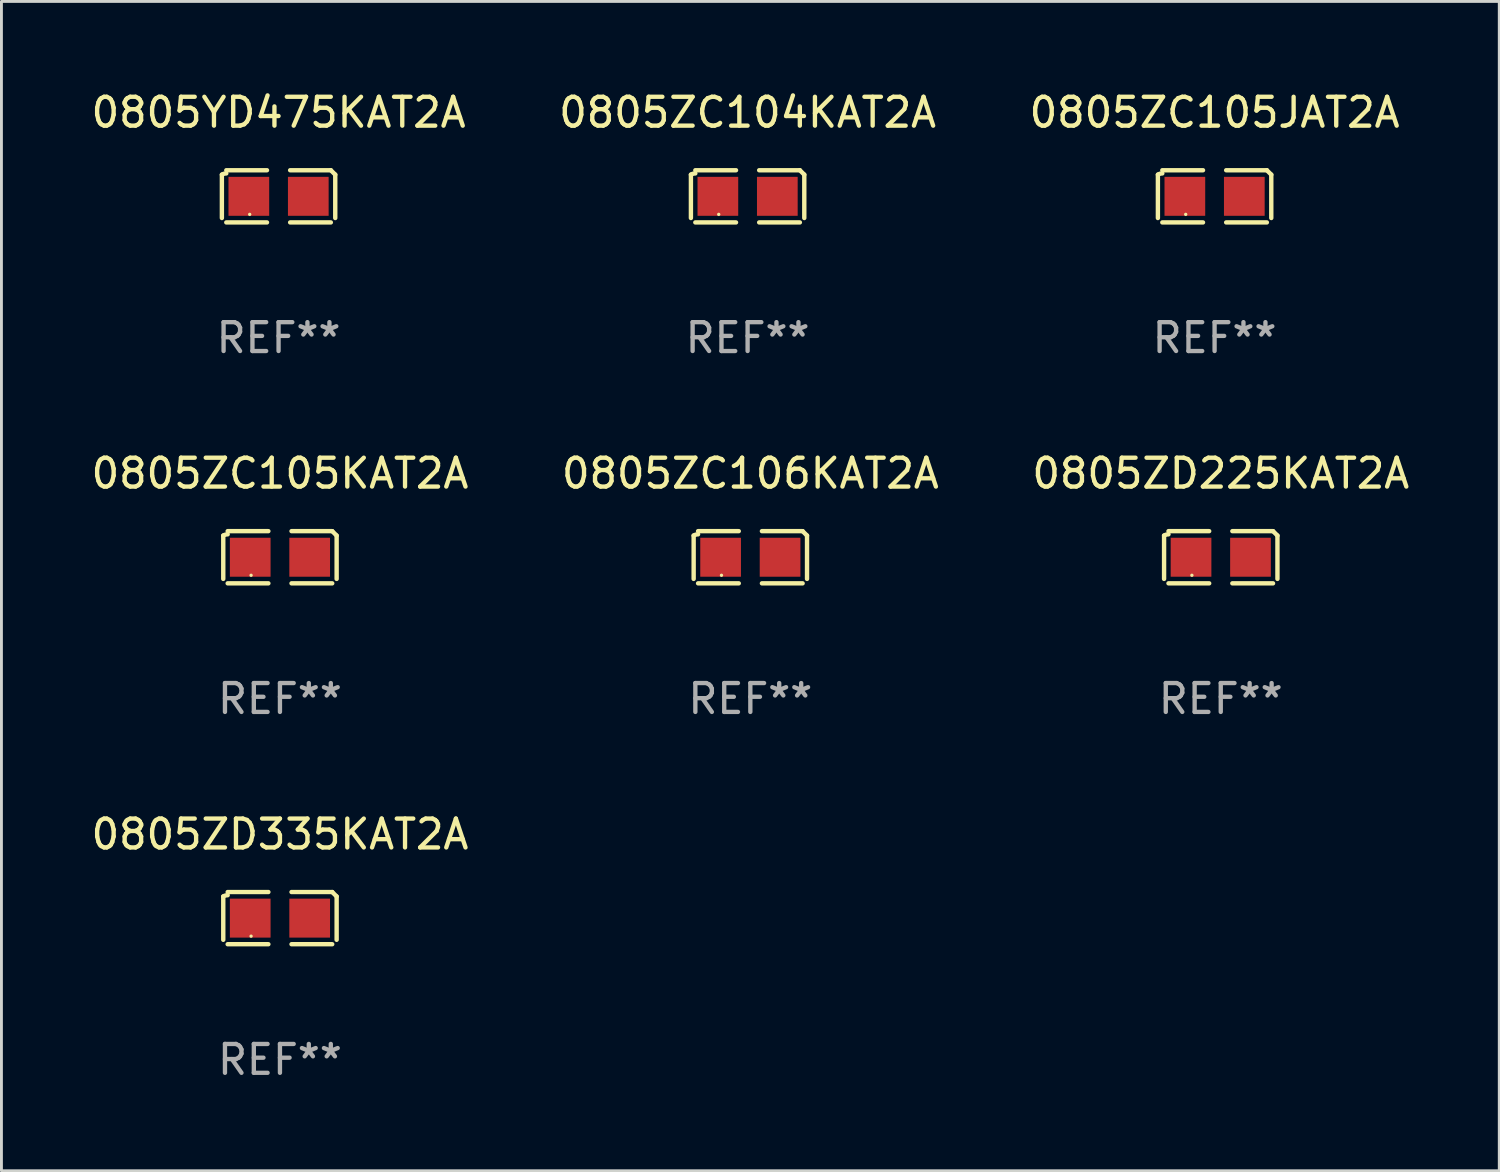
<source format=kicad_pcb>
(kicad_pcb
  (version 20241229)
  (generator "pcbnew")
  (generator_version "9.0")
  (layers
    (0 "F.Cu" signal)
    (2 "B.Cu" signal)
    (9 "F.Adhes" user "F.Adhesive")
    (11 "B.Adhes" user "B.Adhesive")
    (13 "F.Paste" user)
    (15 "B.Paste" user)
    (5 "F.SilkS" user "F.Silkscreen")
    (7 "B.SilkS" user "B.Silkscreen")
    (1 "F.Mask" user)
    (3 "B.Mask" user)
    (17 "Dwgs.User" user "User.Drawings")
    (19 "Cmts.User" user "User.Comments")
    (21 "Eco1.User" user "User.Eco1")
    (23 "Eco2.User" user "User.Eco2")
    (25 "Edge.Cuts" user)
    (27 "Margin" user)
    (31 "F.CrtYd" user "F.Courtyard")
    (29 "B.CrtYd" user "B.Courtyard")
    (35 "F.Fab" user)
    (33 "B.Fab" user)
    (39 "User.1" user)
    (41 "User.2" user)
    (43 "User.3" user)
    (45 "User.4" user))
  (footprint "0805ZC105KAT2A"
    (layer "F.Cu")
    (at 6.649 16.256)
    (property "Reference" "0805ZC105KAT2A" (at 0 -2.904 0) (layer "F.SilkS") (effects (font (size 1 1) (thickness 0.15))))
    (attr through_hole)
    (fp_line (start -1.964 0.751) (end -1.964 -0.751) (stroke (width 0.152) (type solid)) (layer "F.SilkS"))
    (fp_line (start -1.811 -0.904) (end -0.401 -0.904) (stroke (width 0.152) (type solid)) (layer "F.SilkS"))
    (fp_line (start -0.401 0.904) (end -1.811 0.904) (stroke (width 0.152) (type solid)) (layer "F.SilkS"))
    (fp_line (start 0.401 0.904) (end 1.811 0.904) (stroke (width 0.152) (type solid)) (layer "F.SilkS"))
    (fp_line (start 1.811 -0.904) (end 0.401 -0.904) (stroke (width 0.152) (type solid)) (layer "F.SilkS"))
    (fp_line (start 1.964 0.751) (end 1.964 -0.751) (stroke (width 0.152) (type solid)) (layer "F.SilkS"))
    (fp_arc (start -1.963602 -0.751207) (mid -1.890354 -0.783131) (end -1.811201 -0.794044) (stroke (width 0.1524) (type solid)) (layer "F.SilkS"))
    (fp_arc (start 1.811202 -0.903607) (mid 1.887413 -0.827418) (end 1.963602 -0.751207) (stroke (width 0.1524) (type solid)) (layer "F.SilkS"))
    (fp_circle (center -1 0.625) (end -0.97 0.625) (stroke (width 0.06) (type solid)) (fill no) (layer "F.SilkS"))
    (fp_text user "REF**" (at 0 4.904 0) (layer "F.Fab") (effects (font (size 1 1) (thickness 0.15))))
    (pad "1" smd rect (at -1.03 0) (size 1.41 1.35) (layers "F.Cu" "F.Mask" "F.Paste"))
    (pad "2" smd rect (at 1.03 0) (size 1.41 1.35) (layers "F.Cu" "F.Mask" "F.Paste")))
  (footprint "0805ZD225KAT2A"
    (layer "F.Cu")
    (at 39.244 16.256)
    (property "Reference" "0805ZD225KAT2A" (at 0 -2.904 0) (layer "F.SilkS") (effects (font (size 1 1) (thickness 0.15))))
    (attr through_hole)
    (fp_line (start -1.964 0.751) (end -1.964 -0.751) (stroke (width 0.152) (type solid)) (layer "F.SilkS"))
    (fp_line (start -1.811 -0.904) (end -0.401 -0.904) (stroke (width 0.152) (type solid)) (layer "F.SilkS"))
    (fp_line (start -0.401 0.904) (end -1.811 0.904) (stroke (width 0.152) (type solid)) (layer "F.SilkS"))
    (fp_line (start 0.401 0.904) (end 1.811 0.904) (stroke (width 0.152) (type solid)) (layer "F.SilkS"))
    (fp_line (start 1.811 -0.904) (end 0.401 -0.904) (stroke (width 0.152) (type solid)) (layer "F.SilkS"))
    (fp_line (start 1.964 0.751) (end 1.964 -0.751) (stroke (width 0.152) (type solid)) (layer "F.SilkS"))
    (fp_arc (start -1.963602 -0.751207) (mid -1.890354 -0.783131) (end -1.811201 -0.794044) (stroke (width 0.1524) (type solid)) (layer "F.SilkS"))
    (fp_arc (start 1.811202 -0.903607) (mid 1.887413 -0.827418) (end 1.963602 -0.751207) (stroke (width 0.1524) (type solid)) (layer "F.SilkS"))
    (fp_circle (center -1 0.625) (end -0.97 0.625) (stroke (width 0.06) (type solid)) (fill no) (layer "F.SilkS"))
    (fp_text user "REF**" (at 0 4.904 0) (layer "F.Fab") (effects (font (size 1 1) (thickness 0.15))))
    (pad "1" smd rect (at -1.03 0) (size 1.41 1.35) (layers "F.Cu" "F.Mask" "F.Paste"))
    (pad "2" smd rect (at 1.03 0) (size 1.41 1.35) (layers "F.Cu" "F.Mask" "F.Paste")))
  (footprint "0805ZD335KAT2A"
    (layer "F.Cu")
    (at 6.649 28.759)
    (property "Reference" "0805ZD335KAT2A" (at 0 -2.904 0) (layer "F.SilkS") (effects (font (size 1 1) (thickness 0.15))))
    (attr through_hole)
    (fp_line (start -1.964 0.751) (end -1.964 -0.751) (stroke (width 0.152) (type solid)) (layer "F.SilkS"))
    (fp_line (start -1.811 -0.904) (end -0.401 -0.904) (stroke (width 0.152) (type solid)) (layer "F.SilkS"))
    (fp_line (start -0.401 0.904) (end -1.811 0.904) (stroke (width 0.152) (type solid)) (layer "F.SilkS"))
    (fp_line (start 0.401 0.904) (end 1.811 0.904) (stroke (width 0.152) (type solid)) (layer "F.SilkS"))
    (fp_line (start 1.811 -0.904) (end 0.401 -0.904) (stroke (width 0.152) (type solid)) (layer "F.SilkS"))
    (fp_line (start 1.964 0.751) (end 1.964 -0.751) (stroke (width 0.152) (type solid)) (layer "F.SilkS"))
    (fp_arc (start -1.963602 -0.751207) (mid -1.890354 -0.783131) (end -1.811201 -0.794044) (stroke (width 0.1524) (type solid)) (layer "F.SilkS"))
    (fp_arc (start 1.811202 -0.903607) (mid 1.887413 -0.827418) (end 1.963602 -0.751207) (stroke (width 0.1524) (type solid)) (layer "F.SilkS"))
    (fp_circle (center -1 0.625) (end -0.97 0.625) (stroke (width 0.06) (type solid)) (fill no) (layer "F.SilkS"))
    (fp_text user "REF**" (at 0 4.904 0) (layer "F.Fab") (effects (font (size 1 1) (thickness 0.15))))
    (pad "1" smd rect (at -1.03 0) (size 1.41 1.35) (layers "F.Cu" "F.Mask" "F.Paste"))
    (pad "2" smd rect (at 1.03 0) (size 1.41 1.35) (layers "F.Cu" "F.Mask" "F.Paste")))
  (footprint "0805ZC104KAT2A"
    (layer "F.Cu")
    (at 22.851 3.752)
    (property "Reference" "0805ZC104KAT2A" (at 0 -2.904 0) (layer "F.SilkS") (effects (font (size 1 1) (thickness 0.15))))
    (attr through_hole)
    (fp_line (start -1.964 0.751) (end -1.964 -0.751) (stroke (width 0.152) (type solid)) (layer "F.SilkS"))
    (fp_line (start -1.811 -0.904) (end -0.401 -0.904) (stroke (width 0.152) (type solid)) (layer "F.SilkS"))
    (fp_line (start -0.401 0.904) (end -1.811 0.904) (stroke (width 0.152) (type solid)) (layer "F.SilkS"))
    (fp_line (start 0.401 0.904) (end 1.811 0.904) (stroke (width 0.152) (type solid)) (layer "F.SilkS"))
    (fp_line (start 1.811 -0.904) (end 0.401 -0.904) (stroke (width 0.152) (type solid)) (layer "F.SilkS"))
    (fp_line (start 1.964 0.751) (end 1.964 -0.751) (stroke (width 0.152) (type solid)) (layer "F.SilkS"))
    (fp_arc (start -1.963602 -0.751207) (mid -1.890354 -0.783131) (end -1.811201 -0.794044) (stroke (width 0.1524) (type solid)) (layer "F.SilkS"))
    (fp_arc (start 1.811202 -0.903607) (mid 1.887413 -0.827418) (end 1.963602 -0.751207) (stroke (width 0.1524) (type solid)) (layer "F.SilkS"))
    (fp_circle (center -1 0.625) (end -0.97 0.625) (stroke (width 0.06) (type solid)) (fill no) (layer "F.SilkS"))
    (fp_text user "REF**" (at 0 4.904 0) (layer "F.Fab") (effects (font (size 1 1) (thickness 0.15))))
    (pad "1" smd rect (at -1.03 0) (size 1.41 1.35) (layers "F.Cu" "F.Mask" "F.Paste"))
    (pad "2" smd rect (at 1.03 0) (size 1.41 1.35) (layers "F.Cu" "F.Mask" "F.Paste")))
  (footprint "0805ZC106KAT2A"
    (layer "F.Cu")
    (at 22.946 16.256)
    (property "Reference" "0805ZC106KAT2A" (at 0 -2.904 0) (layer "F.SilkS") (effects (font (size 1 1) (thickness 0.15))))
    (attr through_hole)
    (fp_line (start -1.964 0.751) (end -1.964 -0.751) (stroke (width 0.152) (type solid)) (layer "F.SilkS"))
    (fp_line (start -1.811 -0.904) (end -0.401 -0.904) (stroke (width 0.152) (type solid)) (layer "F.SilkS"))
    (fp_line (start -0.401 0.904) (end -1.811 0.904) (stroke (width 0.152) (type solid)) (layer "F.SilkS"))
    (fp_line (start 0.401 0.904) (end 1.811 0.904) (stroke (width 0.152) (type solid)) (layer "F.SilkS"))
    (fp_line (start 1.811 -0.904) (end 0.401 -0.904) (stroke (width 0.152) (type solid)) (layer "F.SilkS"))
    (fp_line (start 1.964 0.751) (end 1.964 -0.751) (stroke (width 0.152) (type solid)) (layer "F.SilkS"))
    (fp_arc (start -1.963602 -0.751207) (mid -1.890354 -0.783131) (end -1.811201 -0.794044) (stroke (width 0.1524) (type solid)) (layer "F.SilkS"))
    (fp_arc (start 1.811202 -0.903607) (mid 1.887413 -0.827418) (end 1.963602 -0.751207) (stroke (width 0.1524) (type solid)) (layer "F.SilkS"))
    (fp_circle (center -1 0.625) (end -0.97 0.625) (stroke (width 0.06) (type solid)) (fill no) (layer "F.SilkS"))
    (fp_text user "REF**" (at 0 4.904 0) (layer "F.Fab") (effects (font (size 1 1) (thickness 0.15))))
    (pad "1" smd rect (at -1.03 0) (size 1.41 1.35) (layers "F.Cu" "F.Mask" "F.Paste"))
    (pad "2" smd rect (at 1.03 0) (size 1.41 1.35) (layers "F.Cu" "F.Mask" "F.Paste")))
  (footprint "0805ZC105JAT2A"
    (layer "F.Cu")
    (at 39.03 3.752)
    (property "Reference" "0805ZC105JAT2A" (at 0 -2.904 0) (layer "F.SilkS") (effects (font (size 1 1) (thickness 0.15))))
    (attr through_hole)
    (fp_line (start -1.964 0.751) (end -1.964 -0.751) (stroke (width 0.152) (type solid)) (layer "F.SilkS"))
    (fp_line (start -1.811 -0.904) (end -0.401 -0.904) (stroke (width 0.152) (type solid)) (layer "F.SilkS"))
    (fp_line (start -0.401 0.904) (end -1.811 0.904) (stroke (width 0.152) (type solid)) (layer "F.SilkS"))
    (fp_line (start 0.401 0.904) (end 1.811 0.904) (stroke (width 0.152) (type solid)) (layer "F.SilkS"))
    (fp_line (start 1.811 -0.904) (end 0.401 -0.904) (stroke (width 0.152) (type solid)) (layer "F.SilkS"))
    (fp_line (start 1.964 0.751) (end 1.964 -0.751) (stroke (width 0.152) (type solid)) (layer "F.SilkS"))
    (fp_arc (start -1.963602 -0.751207) (mid -1.890354 -0.783131) (end -1.811201 -0.794044) (stroke (width 0.1524) (type solid)) (layer "F.SilkS"))
    (fp_arc (start 1.811202 -0.903607) (mid 1.887413 -0.827418) (end 1.963602 -0.751207) (stroke (width 0.1524) (type solid)) (layer "F.SilkS"))
    (fp_circle (center -1 0.625) (end -0.97 0.625) (stroke (width 0.06) (type solid)) (fill no) (layer "F.SilkS"))
    (fp_text user "REF**" (at 0 4.904 0) (layer "F.Fab") (effects (font (size 1 1) (thickness 0.15))))
    (pad "1" smd rect (at -1.03 0) (size 1.41 1.35) (layers "F.Cu" "F.Mask" "F.Paste"))
    (pad "2" smd rect (at 1.03 0) (size 1.41 1.35) (layers "F.Cu" "F.Mask" "F.Paste")))
  (footprint "0805YD475KAT2A"
    (layer "F.Cu")
    (at 6.601 3.752)
    (property "Reference" "0805YD475KAT2A" (at 0 -2.904 0) (layer "F.SilkS") (effects (font (size 1 1) (thickness 0.15))))
    (attr through_hole)
    (fp_line (start -1.964 0.751) (end -1.964 -0.751) (stroke (width 0.152) (type solid)) (layer "F.SilkS"))
    (fp_line (start -1.811 -0.904) (end -0.401 -0.904) (stroke (width 0.152) (type solid)) (layer "F.SilkS"))
    (fp_line (start -0.401 0.904) (end -1.811 0.904) (stroke (width 0.152) (type solid)) (layer "F.SilkS"))
    (fp_line (start 0.401 0.904) (end 1.811 0.904) (stroke (width 0.152) (type solid)) (layer "F.SilkS"))
    (fp_line (start 1.811 -0.904) (end 0.401 -0.904) (stroke (width 0.152) (type solid)) (layer "F.SilkS"))
    (fp_line (start 1.964 0.751) (end 1.964 -0.751) (stroke (width 0.152) (type solid)) (layer "F.SilkS"))
    (fp_arc (start -1.963602 -0.751207) (mid -1.890354 -0.783131) (end -1.811201 -0.794044) (stroke (width 0.1524) (type solid)) (layer "F.SilkS"))
    (fp_arc (start 1.811202 -0.903607) (mid 1.887413 -0.827418) (end 1.963602 -0.751207) (stroke (width 0.1524) (type solid)) (layer "F.SilkS"))
    (fp_circle (center -1 0.625) (end -0.97 0.625) (stroke (width 0.06) (type solid)) (fill no) (layer "F.SilkS"))
    (fp_text user "REF**" (at 0 4.904 0) (layer "F.Fab") (effects (font (size 1 1) (thickness 0.15))))
    (pad "1" smd rect (at -1.03 0) (size 1.41 1.35) (layers "F.Cu" "F.Mask" "F.Paste"))
    (pad "2" smd rect (at 1.03 0) (size 1.41 1.35) (layers "F.Cu" "F.Mask" "F.Paste")))
  (gr_rect
    (start -3 -3)
    (end 48.893 37.511)
    (stroke (width 0.1) (type default))
    (fill no)
    (layer "Edge.Cuts")))
</source>
